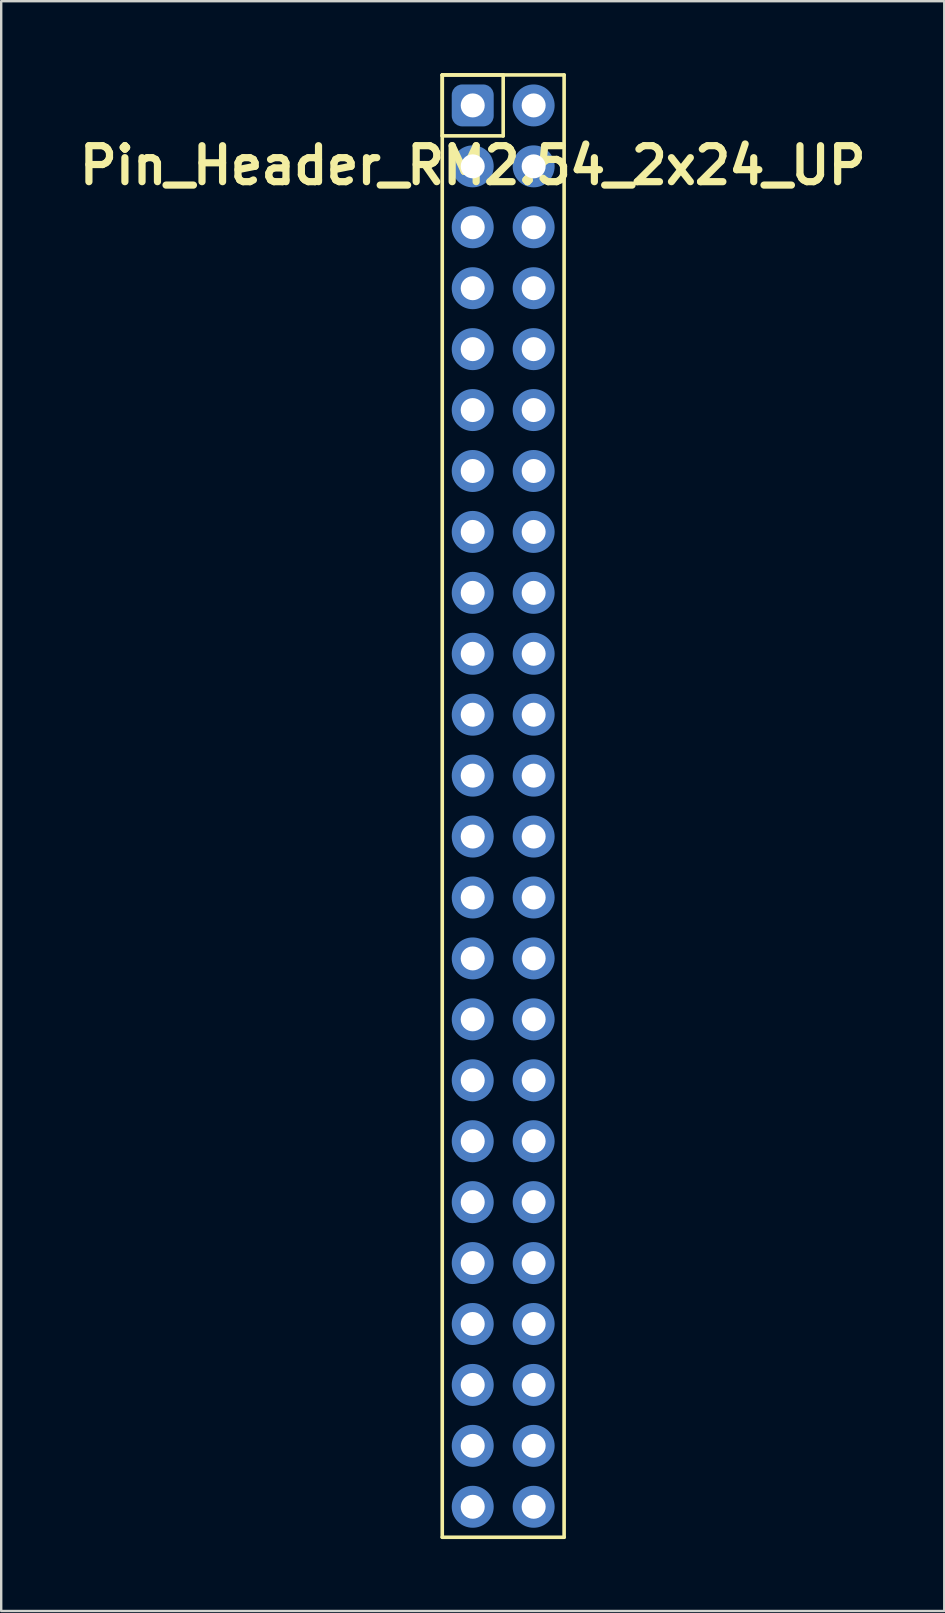
<source format=kicad_pcb>
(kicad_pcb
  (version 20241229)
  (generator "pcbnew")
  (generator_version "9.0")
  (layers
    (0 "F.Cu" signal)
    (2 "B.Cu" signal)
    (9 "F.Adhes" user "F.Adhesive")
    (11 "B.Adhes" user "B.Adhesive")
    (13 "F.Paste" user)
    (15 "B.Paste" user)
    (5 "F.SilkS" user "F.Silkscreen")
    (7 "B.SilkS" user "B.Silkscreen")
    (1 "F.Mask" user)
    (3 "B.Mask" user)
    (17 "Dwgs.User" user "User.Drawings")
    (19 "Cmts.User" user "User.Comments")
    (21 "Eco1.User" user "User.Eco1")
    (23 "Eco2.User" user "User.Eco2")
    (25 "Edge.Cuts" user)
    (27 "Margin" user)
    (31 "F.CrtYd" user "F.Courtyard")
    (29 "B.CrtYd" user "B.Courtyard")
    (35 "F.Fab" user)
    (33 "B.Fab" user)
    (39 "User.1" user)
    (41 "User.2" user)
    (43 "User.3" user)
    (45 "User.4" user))
  (footprint "Pin_Header_RM2.54_2x24_UP"
    (layer "F.Cu")
    (at 16.657 1.345)
    (property "Reference" "Pin_Header_RM2.54_2x24_UP" (at 0 2.5 0) (layer "F.SilkS") (effects (font (size 1.5 1.5) (thickness 0.3))))
    (attr through_hole)
    (fp_line (start -1.27 -1.27) (end 1.27 -1.27) (stroke (width 0.15) (type solid)) (layer "F.SilkS"))
    (fp_line (start -1.27 -1.27) (end 3.81 -1.27) (stroke (width 0.15) (type solid)) (layer "F.SilkS"))
    (fp_line (start -1.27 1.27) (end -1.27 -1.27) (stroke (width 0.15) (type solid)) (layer "F.SilkS"))
    (fp_line (start -1.27 59.69) (end -1.27 -1.27) (stroke (width 0.15) (type solid)) (layer "F.SilkS"))
    (fp_line (start 1.27 -1.27) (end 1.27 1.27) (stroke (width 0.15) (type solid)) (layer "F.SilkS"))
    (fp_line (start 1.27 1.27) (end -1.27 1.27) (stroke (width 0.15) (type solid)) (layer "F.SilkS"))
    (fp_line (start 3.81 -1.27) (end 3.81 59.69) (stroke (width 0.15) (type solid)) (layer "F.SilkS"))
    (fp_line (start 3.81 59.69) (end -1.27 59.69) (stroke (width 0.15) (type solid)) (layer "F.SilkS"))
    (pad "1" thru_hole circle (at 0 0) (size 1.3 1.3) (drill 1) (layers "*.Cu" "*.Mask"))
    (pad "1" smd roundrect (at 0 0) (size 1.5 1.5) (layers "F.Cu" "F.Mask") (roundrect_rratio 0.25))
    (pad "1" smd roundrect (at 0 0) (size 1.75 1.75) (layers "B.Cu" "B.Mask") (roundrect_rratio 0.25))
    (pad "2" thru_hole circle (at 2.54 0) (size 1.3 1.3) (drill 1) (layers "*.Cu" "*.Mask"))
    (pad "2" smd circle (at 2.54 0) (size 1.5 1.5) (layers "F.Cu" "F.Mask"))
    (pad "2" smd circle (at 2.54 0) (size 1.75 1.75) (layers "B.Cu" "B.Mask"))
    (pad "3" thru_hole circle (at 0 2.54) (size 1.3 1.3) (drill 1) (layers "*.Cu" "*.Mask"))
    (pad "3" smd circle (at 0 2.54) (size 1.5 1.5) (layers "F.Cu" "F.Mask"))
    (pad "3" smd circle (at 0 2.54) (size 1.75 1.75) (layers "B.Cu" "B.Mask"))
    (pad "4" thru_hole circle (at 2.54 2.54) (size 1.3 1.3) (drill 1) (layers "*.Cu" "*.Mask"))
    (pad "4" smd circle (at 2.54 2.54) (size 1.5 1.5) (layers "F.Cu" "F.Mask"))
    (pad "4" smd circle (at 2.54 2.54) (size 1.75 1.75) (layers "B.Cu" "B.Mask"))
    (pad "5" thru_hole circle (at 0 5.08) (size 1.3 1.3) (drill 1) (layers "*.Cu" "*.Mask"))
    (pad "5" smd circle (at 0 5.08) (size 1.5 1.5) (layers "F.Cu" "F.Mask"))
    (pad "5" smd circle (at 0 5.08) (size 1.75 1.75) (layers "B.Cu" "B.Mask"))
    (pad "6" thru_hole circle (at 2.54 5.08) (size 1.3 1.3) (drill 1) (layers "*.Cu" "*.Mask"))
    (pad "6" smd circle (at 2.54 5.08) (size 1.5 1.5) (layers "F.Cu" "F.Mask"))
    (pad "6" smd circle (at 2.54 5.08) (size 1.75 1.75) (layers "B.Cu" "B.Mask"))
    (pad "7" thru_hole circle (at 0 7.62) (size 1.3 1.3) (drill 1) (layers "*.Cu" "*.Mask"))
    (pad "7" smd circle (at 0 7.62) (size 1.5 1.5) (layers "F.Cu" "F.Mask"))
    (pad "7" smd circle (at 0 7.62) (size 1.75 1.75) (layers "B.Cu" "B.Mask"))
    (pad "8" thru_hole circle (at 2.54 7.62) (size 1.3 1.3) (drill 1) (layers "*.Cu" "*.Mask"))
    (pad "8" smd circle (at 2.54 7.62) (size 1.5 1.5) (layers "F.Cu" "F.Mask"))
    (pad "8" smd circle (at 2.54 7.62) (size 1.75 1.75) (layers "B.Cu" "B.Mask"))
    (pad "9" thru_hole circle (at 0 10.16) (size 1.3 1.3) (drill 1) (layers "*.Cu" "*.Mask"))
    (pad "9" smd circle (at 0 10.16) (size 1.5 1.5) (layers "F.Cu" "F.Mask"))
    (pad "9" smd circle (at 0 10.16) (size 1.75 1.75) (layers "B.Cu" "B.Mask"))
    (pad "10" thru_hole circle (at 2.54 10.16) (size 1.3 1.3) (drill 1) (layers "*.Cu" "*.Mask"))
    (pad "10" smd circle (at 2.54 10.16) (size 1.5 1.5) (layers "F.Cu" "F.Mask"))
    (pad "10" smd circle (at 2.54 10.16) (size 1.75 1.75) (layers "B.Cu" "B.Mask"))
    (pad "11" thru_hole circle (at 0 12.7) (size 1.3 1.3) (drill 1) (layers "*.Cu" "*.Mask"))
    (pad "11" smd circle (at 0 12.7) (size 1.5 1.5) (layers "F.Cu" "F.Mask"))
    (pad "11" smd circle (at 0 12.7) (size 1.75 1.75) (layers "B.Cu" "B.Mask"))
    (pad "12" thru_hole circle (at 2.54 12.7) (size 1.3 1.3) (drill 1) (layers "*.Cu" "*.Mask"))
    (pad "12" smd circle (at 2.54 12.7) (size 1.5 1.5) (layers "F.Cu" "F.Mask"))
    (pad "12" smd circle (at 2.54 12.7) (size 1.75 1.75) (layers "B.Cu" "B.Mask"))
    (pad "13" thru_hole circle (at 0 15.24) (size 1.3 1.3) (drill 1) (layers "*.Cu" "*.Mask"))
    (pad "13" smd circle (at 0 15.24) (size 1.5 1.5) (layers "F.Cu" "F.Mask"))
    (pad "13" smd circle (at 0 15.24) (size 1.75 1.75) (layers "B.Cu" "B.Mask"))
    (pad "14" thru_hole circle (at 2.54 15.24) (size 1.3 1.3) (drill 1) (layers "*.Cu" "*.Mask"))
    (pad "14" smd circle (at 2.54 15.24) (size 1.5 1.5) (layers "F.Cu" "F.Mask"))
    (pad "14" smd circle (at 2.54 15.24) (size 1.75 1.75) (layers "B.Cu" "B.Mask"))
    (pad "15" thru_hole circle (at 0 17.78) (size 1.3 1.3) (drill 1) (layers "*.Cu" "*.Mask"))
    (pad "15" smd circle (at 0 17.78) (size 1.5 1.5) (layers "F.Cu" "F.Mask"))
    (pad "15" smd circle (at 0 17.78) (size 1.75 1.75) (layers "B.Cu" "B.Mask"))
    (pad "16" thru_hole circle (at 2.54 17.78) (size 1.3 1.3) (drill 1) (layers "*.Cu" "*.Mask"))
    (pad "16" smd circle (at 2.54 17.78) (size 1.5 1.5) (layers "F.Cu" "F.Mask"))
    (pad "16" smd circle (at 2.54 17.78) (size 1.75 1.75) (layers "B.Cu" "B.Mask"))
    (pad "17" thru_hole circle (at 0 20.32) (size 1.3 1.3) (drill 1) (layers "*.Cu" "*.Mask"))
    (pad "17" smd circle (at 0 20.32) (size 1.5 1.5) (layers "F.Cu" "F.Mask"))
    (pad "17" smd circle (at 0 20.32) (size 1.75 1.75) (layers "B.Cu" "B.Mask"))
    (pad "18" thru_hole circle (at 2.54 20.32) (size 1.3 1.3) (drill 1) (layers "*.Cu" "*.Mask"))
    (pad "18" smd circle (at 2.54 20.32) (size 1.5 1.5) (layers "F.Cu" "F.Mask"))
    (pad "18" smd circle (at 2.54 20.32) (size 1.75 1.75) (layers "B.Cu" "B.Mask"))
    (pad "19" thru_hole circle (at 0 22.86) (size 1.3 1.3) (drill 1) (layers "*.Cu" "*.Mask"))
    (pad "19" smd circle (at 0 22.86) (size 1.5 1.5) (layers "F.Cu" "F.Mask"))
    (pad "19" smd circle (at 0 22.86) (size 1.75 1.75) (layers "B.Cu" "B.Mask"))
    (pad "20" thru_hole circle (at 2.54 22.86) (size 1.3 1.3) (drill 1) (layers "*.Cu" "*.Mask"))
    (pad "20" smd circle (at 2.54 22.86) (size 1.5 1.5) (layers "F.Cu" "F.Mask"))
    (pad "20" smd circle (at 2.54 22.86) (size 1.75 1.75) (layers "B.Cu" "B.Mask"))
    (pad "21" thru_hole circle (at 0 25.4) (size 1.3 1.3) (drill 1) (layers "*.Cu" "*.Mask"))
    (pad "21" smd circle (at 0 25.4) (size 1.5 1.5) (layers "F.Cu" "F.Mask"))
    (pad "21" smd circle (at 0 25.4) (size 1.75 1.75) (layers "B.Cu" "B.Mask"))
    (pad "22" thru_hole circle (at 2.54 25.4) (size 1.3 1.3) (drill 1) (layers "*.Cu" "*.Mask"))
    (pad "22" smd circle (at 2.54 25.4) (size 1.5 1.5) (layers "F.Cu" "F.Mask"))
    (pad "22" smd circle (at 2.54 25.4) (size 1.75 1.75) (layers "B.Cu" "B.Mask"))
    (pad "23" thru_hole circle (at 0 27.94) (size 1.3 1.3) (drill 1) (layers "*.Cu" "*.Mask"))
    (pad "23" smd circle (at 0 27.94) (size 1.5 1.5) (layers "F.Cu" "F.Mask"))
    (pad "23" smd circle (at 0 27.94) (size 1.75 1.75) (layers "B.Cu" "B.Mask"))
    (pad "24" thru_hole circle (at 2.54 27.94) (size 1.3 1.3) (drill 1) (layers "*.Cu" "*.Mask"))
    (pad "24" smd circle (at 2.54 27.94) (size 1.5 1.5) (layers "F.Cu" "F.Mask"))
    (pad "24" smd circle (at 2.54 27.94) (size 1.75 1.75) (layers "B.Cu" "B.Mask"))
    (pad "25" thru_hole circle (at 0 30.48) (size 1.3 1.3) (drill 1) (layers "*.Cu" "*.Mask"))
    (pad "25" smd circle (at 0 30.48) (size 1.5 1.5) (layers "F.Cu" "F.Mask"))
    (pad "25" smd circle (at 0 30.48) (size 1.75 1.75) (layers "B.Cu" "B.Mask"))
    (pad "26" thru_hole circle (at 2.54 30.48) (size 1.3 1.3) (drill 1) (layers "*.Cu" "*.Mask"))
    (pad "26" smd circle (at 2.54 30.48) (size 1.5 1.5) (layers "F.Cu" "F.Mask"))
    (pad "26" smd circle (at 2.54 30.48) (size 1.75 1.75) (layers "B.Cu" "B.Mask"))
    (pad "27" thru_hole circle (at 0 33.02) (size 1.3 1.3) (drill 1) (layers "*.Cu" "*.Mask"))
    (pad "27" smd circle (at 0 33.02) (size 1.5 1.5) (layers "F.Cu" "F.Mask"))
    (pad "27" smd circle (at 0 33.02) (size 1.75 1.75) (layers "B.Cu" "B.Mask"))
    (pad "28" thru_hole circle (at 2.54 33.02) (size 1.3 1.3) (drill 1) (layers "*.Cu" "*.Mask"))
    (pad "28" smd circle (at 2.54 33.02) (size 1.5 1.5) (layers "F.Cu" "F.Mask"))
    (pad "28" smd circle (at 2.54 33.02) (size 1.75 1.75) (layers "B.Cu" "B.Mask"))
    (pad "29" thru_hole circle (at 0 35.56) (size 1.3 1.3) (drill 1) (layers "*.Cu" "*.Mask"))
    (pad "29" smd circle (at 0 35.56) (size 1.5 1.5) (layers "F.Cu" "F.Mask"))
    (pad "29" smd circle (at 0 35.56) (size 1.75 1.75) (layers "B.Cu" "B.Mask"))
    (pad "30" thru_hole circle (at 2.54 35.56) (size 1.3 1.3) (drill 1) (layers "*.Cu" "*.Mask"))
    (pad "30" smd circle (at 2.54 35.56) (size 1.5 1.5) (layers "F.Cu" "F.Mask"))
    (pad "30" smd circle (at 2.54 35.56) (size 1.75 1.75) (layers "B.Cu" "B.Mask"))
    (pad "31" thru_hole circle (at 0 38.1) (size 1.3 1.3) (drill 1) (layers "*.Cu" "*.Mask"))
    (pad "31" smd circle (at 0 38.1) (size 1.5 1.5) (layers "F.Cu" "F.Mask"))
    (pad "31" smd circle (at 0 38.1) (size 1.75 1.75) (layers "B.Cu" "B.Mask"))
    (pad "32" thru_hole circle (at 2.54 38.1) (size 1.3 1.3) (drill 1) (layers "*.Cu" "*.Mask"))
    (pad "32" smd circle (at 2.54 38.1) (size 1.5 1.5) (layers "F.Cu" "F.Mask"))
    (pad "32" smd circle (at 2.54 38.1) (size 1.75 1.75) (layers "B.Cu" "B.Mask"))
    (pad "33" thru_hole circle (at 0 40.64) (size 1.3 1.3) (drill 1) (layers "*.Cu" "*.Mask"))
    (pad "33" smd circle (at 0 40.64) (size 1.5 1.5) (layers "F.Cu" "F.Mask"))
    (pad "33" smd circle (at 0 40.64) (size 1.75 1.75) (layers "B.Cu" "B.Mask"))
    (pad "34" thru_hole circle (at 2.54 40.64) (size 1.3 1.3) (drill 1) (layers "*.Cu" "*.Mask"))
    (pad "34" smd circle (at 2.54 40.64) (size 1.5 1.5) (layers "F.Cu" "F.Mask"))
    (pad "34" smd circle (at 2.54 40.64) (size 1.75 1.75) (layers "B.Cu" "B.Mask"))
    (pad "35" thru_hole circle (at 0 43.18) (size 1.3 1.3) (drill 1) (layers "*.Cu" "*.Mask"))
    (pad "35" smd circle (at 0 43.18) (size 1.5 1.5) (layers "F.Cu" "F.Mask"))
    (pad "35" smd circle (at 0 43.18) (size 1.75 1.75) (layers "B.Cu" "B.Mask"))
    (pad "36" thru_hole circle (at 2.54 43.18) (size 1.3 1.3) (drill 1) (layers "*.Cu" "*.Mask"))
    (pad "36" smd circle (at 2.54 43.18) (size 1.5 1.5) (layers "F.Cu" "F.Mask"))
    (pad "36" smd circle (at 2.54 43.18) (size 1.75 1.75) (layers "B.Cu" "B.Mask"))
    (pad "37" thru_hole circle (at 0 45.72) (size 1.3 1.3) (drill 1) (layers "*.Cu" "*.Mask"))
    (pad "37" smd circle (at 0 45.72) (size 1.5 1.5) (layers "F.Cu" "F.Mask"))
    (pad "37" smd circle (at 0 45.72) (size 1.75 1.75) (layers "B.Cu" "B.Mask"))
    (pad "38" thru_hole circle (at 2.54 45.72) (size 1.3 1.3) (drill 1) (layers "*.Cu" "*.Mask"))
    (pad "38" smd circle (at 2.54 45.72) (size 1.5 1.5) (layers "F.Cu" "F.Mask"))
    (pad "38" smd circle (at 2.54 45.72) (size 1.75 1.75) (layers "B.Cu" "B.Mask"))
    (pad "39" thru_hole circle (at 0 48.26) (size 1.3 1.3) (drill 1) (layers "*.Cu" "*.Mask"))
    (pad "39" smd circle (at 0 48.26) (size 1.5 1.5) (layers "F.Cu" "F.Mask"))
    (pad "39" smd circle (at 0 48.26) (size 1.75 1.75) (layers "B.Cu" "B.Mask"))
    (pad "40" thru_hole circle (at 2.54 48.26) (size 1.3 1.3) (drill 1) (layers "*.Cu" "*.Mask"))
    (pad "40" smd circle (at 2.54 48.26) (size 1.5 1.5) (layers "F.Cu" "F.Mask"))
    (pad "40" smd circle (at 2.54 48.26) (size 1.75 1.75) (layers "B.Cu" "B.Mask"))
    (pad "41" thru_hole circle (at 0 50.8) (size 1.3 1.3) (drill 1) (layers "*.Cu" "*.Mask"))
    (pad "41" smd circle (at 0 50.8) (size 1.5 1.5) (layers "F.Cu" "F.Mask"))
    (pad "41" smd circle (at 0 50.8) (size 1.75 1.75) (layers "B.Cu" "B.Mask"))
    (pad "42" thru_hole circle (at 2.54 50.8) (size 1.3 1.3) (drill 1) (layers "*.Cu" "*.Mask"))
    (pad "42" smd circle (at 2.54 50.8) (size 1.5 1.5) (layers "F.Cu" "F.Mask"))
    (pad "42" smd circle (at 2.54 50.8) (size 1.75 1.75) (layers "B.Cu" "B.Mask"))
    (pad "43" thru_hole circle (at 0 53.34) (size 1.3 1.3) (drill 1) (layers "*.Cu" "*.Mask"))
    (pad "43" smd circle (at 0 53.34) (size 1.5 1.5) (layers "F.Cu" "F.Mask"))
    (pad "43" smd circle (at 0 53.34) (size 1.75 1.75) (layers "B.Cu" "B.Mask"))
    (pad "44" thru_hole circle (at 2.54 53.34) (size 1.3 1.3) (drill 1) (layers "*.Cu" "*.Mask"))
    (pad "44" smd circle (at 2.54 53.34) (size 1.5 1.5) (layers "F.Cu" "F.Mask"))
    (pad "44" smd circle (at 2.54 53.34) (size 1.75 1.75) (layers "B.Cu" "B.Mask"))
    (pad "45" thru_hole circle (at 0 55.88) (size 1.3 1.3) (drill 1) (layers "*.Cu" "*.Mask"))
    (pad "45" smd circle (at 0 55.88) (size 1.5 1.5) (layers "F.Cu" "F.Mask"))
    (pad "45" smd circle (at 0 55.88) (size 1.75 1.75) (layers "B.Cu" "B.Mask"))
    (pad "46" thru_hole circle (at 2.54 55.88) (size 1.3 1.3) (drill 1) (layers "*.Cu" "*.Mask"))
    (pad "46" smd circle (at 2.54 55.88) (size 1.5 1.5) (layers "F.Cu" "F.Mask"))
    (pad "46" smd circle (at 2.54 55.88) (size 1.75 1.75) (layers "B.Cu" "B.Mask"))
    (pad "47" thru_hole circle (at 0 58.42) (size 1.3 1.3) (drill 1) (layers "*.Cu" "*.Mask"))
    (pad "47" smd circle (at 0 58.42) (size 1.5 1.5) (layers "F.Cu" "F.Mask"))
    (pad "47" smd circle (at 0 58.42) (size 1.75 1.75) (layers "B.Cu" "B.Mask"))
    (pad "48" thru_hole circle (at 2.54 58.42) (size 1.3 1.3) (drill 1) (layers "*.Cu" "*.Mask"))
    (pad "48" smd circle (at 2.54 58.42) (size 1.5 1.5) (layers "F.Cu" "F.Mask"))
    (pad "48" smd circle (at 2.54 58.42) (size 1.75 1.75) (layers "B.Cu" "B.Mask")))
  (gr_rect
    (start -3 -3)
    (end 36.314 64.11)
    (stroke (width 0.1) (type default))
    (fill no)
    (layer "Edge.Cuts")))
</source>
